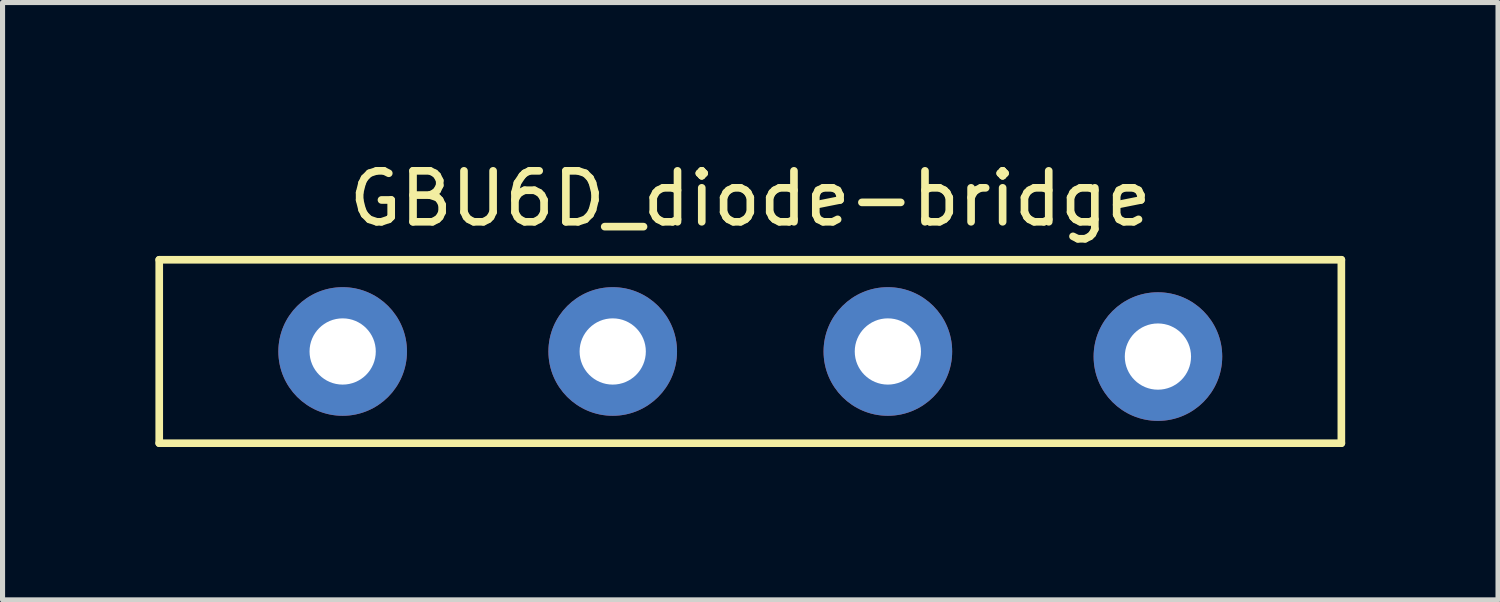
<source format=kicad_pcb>
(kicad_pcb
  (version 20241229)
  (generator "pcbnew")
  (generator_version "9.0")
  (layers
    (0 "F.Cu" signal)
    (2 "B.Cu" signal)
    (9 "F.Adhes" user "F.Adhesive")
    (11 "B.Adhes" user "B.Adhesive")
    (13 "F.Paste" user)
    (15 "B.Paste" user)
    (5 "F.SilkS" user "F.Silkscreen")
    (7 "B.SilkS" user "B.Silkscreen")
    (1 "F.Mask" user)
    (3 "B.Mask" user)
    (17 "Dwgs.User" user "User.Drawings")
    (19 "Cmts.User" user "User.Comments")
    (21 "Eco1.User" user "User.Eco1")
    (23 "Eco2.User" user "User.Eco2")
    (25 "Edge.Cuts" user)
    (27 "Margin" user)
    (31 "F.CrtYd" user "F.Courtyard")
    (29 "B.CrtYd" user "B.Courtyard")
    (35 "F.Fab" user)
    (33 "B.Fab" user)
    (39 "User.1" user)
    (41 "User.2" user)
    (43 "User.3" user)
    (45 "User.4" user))
  (footprint "GBU6D_diode-bridge"
    (layer "F.Cu")
    (at 11.675 3.848)
    (property "Reference" "GBU6D_diode-bridge" (at 0 -3 0) (layer "F.SilkS") (effects (font (size 1 1) (thickness 0.15))))
    (attr through_hole)
    (fp_line (start -11.6 -1.8) (end 11.6 -1.8) (stroke (width 0.15) (type solid)) (layer "F.SilkS"))
    (fp_line (start -11.6 1.8) (end -11.6 -1.8) (stroke (width 0.15) (type solid)) (layer "F.SilkS"))
    (fp_line (start 11.6 -1.8) (end 11.6 1.8) (stroke (width 0.15) (type solid)) (layer "F.SilkS"))
    (fp_line (start 11.6 1.8) (end -11.6 1.8) (stroke (width 0.15) (type solid)) (layer "F.SilkS"))
    (pad "1" thru_hole circle (at -8 0) (size 2.524 2.524) (drill 1.3) (layers "*.Cu" "*.Mask"))
    (pad "2" thru_hole circle (at -2.7 0) (size 2.524 2.524) (drill 1.3) (layers "*.Cu" "*.Mask"))
    (pad "3" thru_hole circle (at 2.7 0) (size 2.524 2.524) (drill 1.3) (layers "*.Cu" "*.Mask"))
    (pad "4" thru_hole circle (at 8 0.1) (size 2.524 2.524) (drill 1.3) (layers "*.Cu" "*.Mask")))
  (gr_rect
    (start -3 -3)
    (end 26.35 8.723)
    (stroke (width 0.1) (type default))
    (fill no)
    (layer "Edge.Cuts")))
</source>
